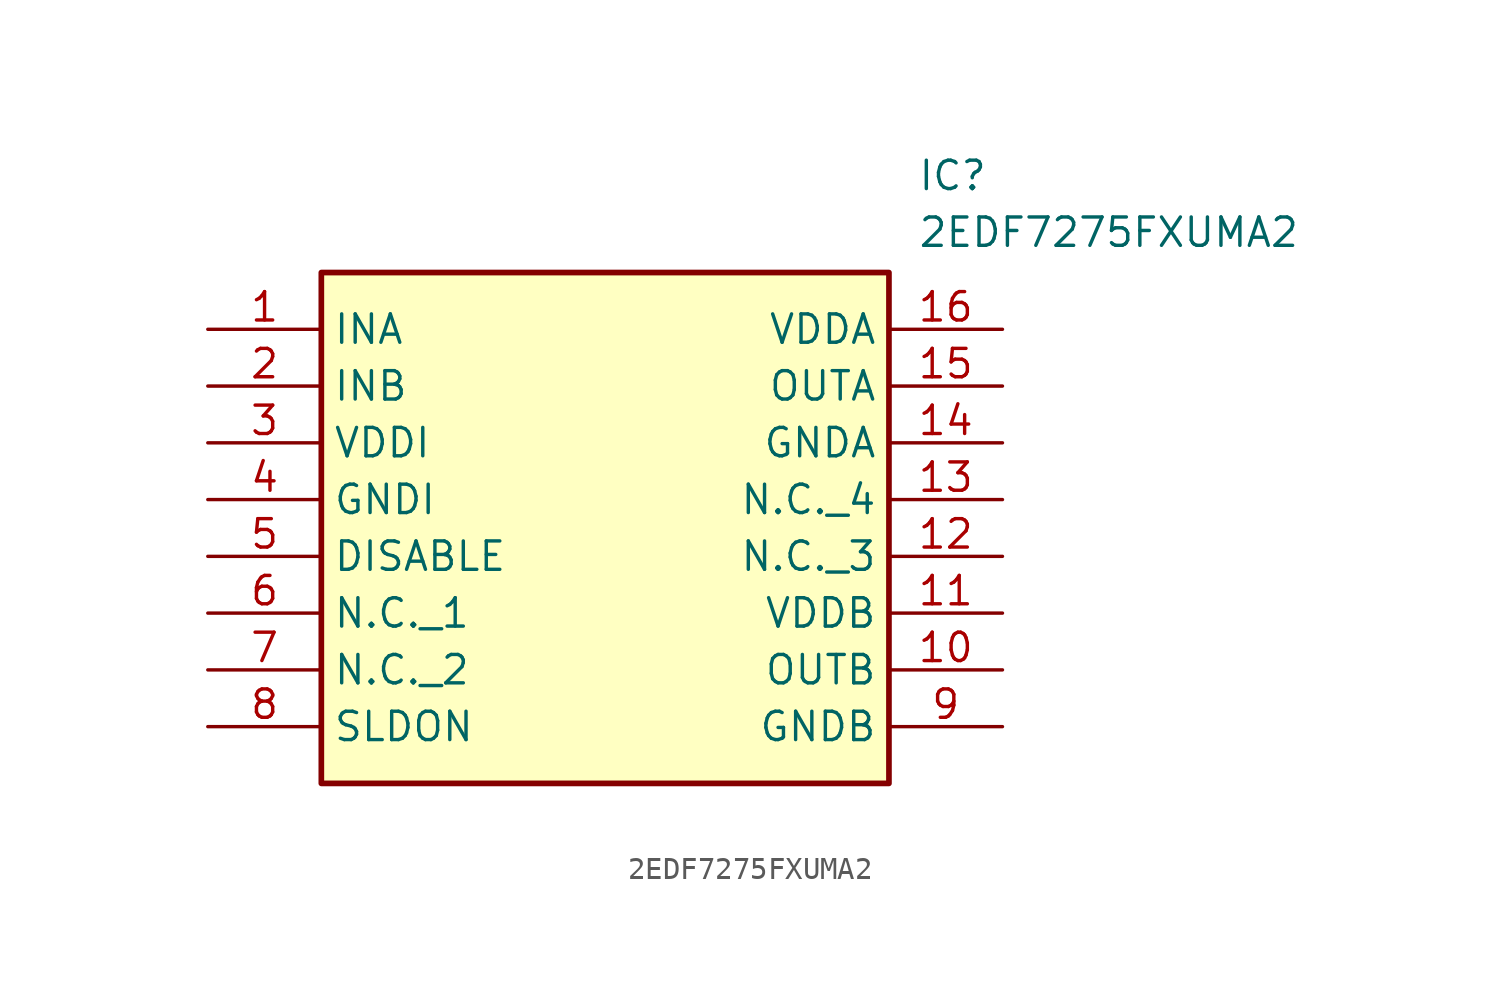
<source format=kicad_sym>
(kicad_symbol_lib
  (version 20211014)
  (generator SamacSys_ECAD_Model)
  (symbol "2EDF7275FXUMA2"
    (property "Reference" "IC"
      (at 31.75 7.62 0)
      (effects (font (size 1.27 1.27)) (justify left top)))
    (property "Value" "2EDF7275FXUMA2"
      (at 31.75 5.08 0)
      (effects (font (size 1.27 1.27)) (justify left top)))
    (rectangle
      (start 5.08 2.54)
      (end 30.48 -20.32)
      (stroke (width 0.254) (type default))
      (fill (type background)))
    (pin passive line
      (at 0 0 0)
      (length 5.08)
      (name "INA" (effects (font (size 1.27 1.27))))
      (number "1" (effects (font (size 1.27 1.27)))))
    (pin passive line
      (at 0 -2.54 0)
      (length 5.08)
      (name "INB" (effects (font (size 1.27 1.27))))
      (number "2" (effects (font (size 1.27 1.27)))))
    (pin passive line
      (at 0 -5.08 0)
      (length 5.08)
      (name "VDDI" (effects (font (size 1.27 1.27))))
      (number "3" (effects (font (size 1.27 1.27)))))
    (pin passive line
      (at 0 -7.62 0)
      (length 5.08)
      (name "GNDI" (effects (font (size 1.27 1.27))))
      (number "4" (effects (font (size 1.27 1.27)))))
    (pin passive line
      (at 0 -10.16 0)
      (length 5.08)
      (name "DISABLE" (effects (font (size 1.27 1.27))))
      (number "5" (effects (font (size 1.27 1.27)))))
    (pin passive line
      (at 0 -12.7 0)
      (length 5.08)
      (name "N.C._1" (effects (font (size 1.27 1.27))))
      (number "6" (effects (font (size 1.27 1.27)))))
    (pin passive line
      (at 0 -15.24 0)
      (length 5.08)
      (name "N.C._2" (effects (font (size 1.27 1.27))))
      (number "7" (effects (font (size 1.27 1.27)))))
    (pin passive line
      (at 0 -17.78 0)
      (length 5.08)
      (name "SLDON" (effects (font (size 1.27 1.27))))
      (number "8" (effects (font (size 1.27 1.27)))))
    (pin passive line
      (at 35.56 0 180)
      (length 5.08)
      (name "VDDA" (effects (font (size 1.27 1.27))))
      (number "16" (effects (font (size 1.27 1.27)))))
    (pin passive line
      (at 35.56 -2.54 180)
      (length 5.08)
      (name "OUTA" (effects (font (size 1.27 1.27))))
      (number "15" (effects (font (size 1.27 1.27)))))
    (pin passive line
      (at 35.56 -5.08 180)
      (length 5.08)
      (name "GNDA" (effects (font (size 1.27 1.27))))
      (number "14" (effects (font (size 1.27 1.27)))))
    (pin passive line
      (at 35.56 -7.62 180)
      (length 5.08)
      (name "N.C._4" (effects (font (size 1.27 1.27))))
      (number "13" (effects (font (size 1.27 1.27)))))
    (pin passive line
      (at 35.56 -10.16 180)
      (length 5.08)
      (name "N.C._3" (effects (font (size 1.27 1.27))))
      (number "12" (effects (font (size 1.27 1.27)))))
    (pin passive line
      (at 35.56 -12.7 180)
      (length 5.08)
      (name "VDDB" (effects (font (size 1.27 1.27))))
      (number "11" (effects (font (size 1.27 1.27)))))
    (pin passive line
      (at 35.56 -15.24 180)
      (length 5.08)
      (name "OUTB" (effects (font (size 1.27 1.27))))
      (number "10" (effects (font (size 1.27 1.27)))))
    (pin passive line
      (at 35.56 -17.78 180)
      (length 5.08)
      (name "GNDB" (effects (font (size 1.27 1.27))))
      (number "9" (effects (font (size 1.27 1.27)))))))
</source>
